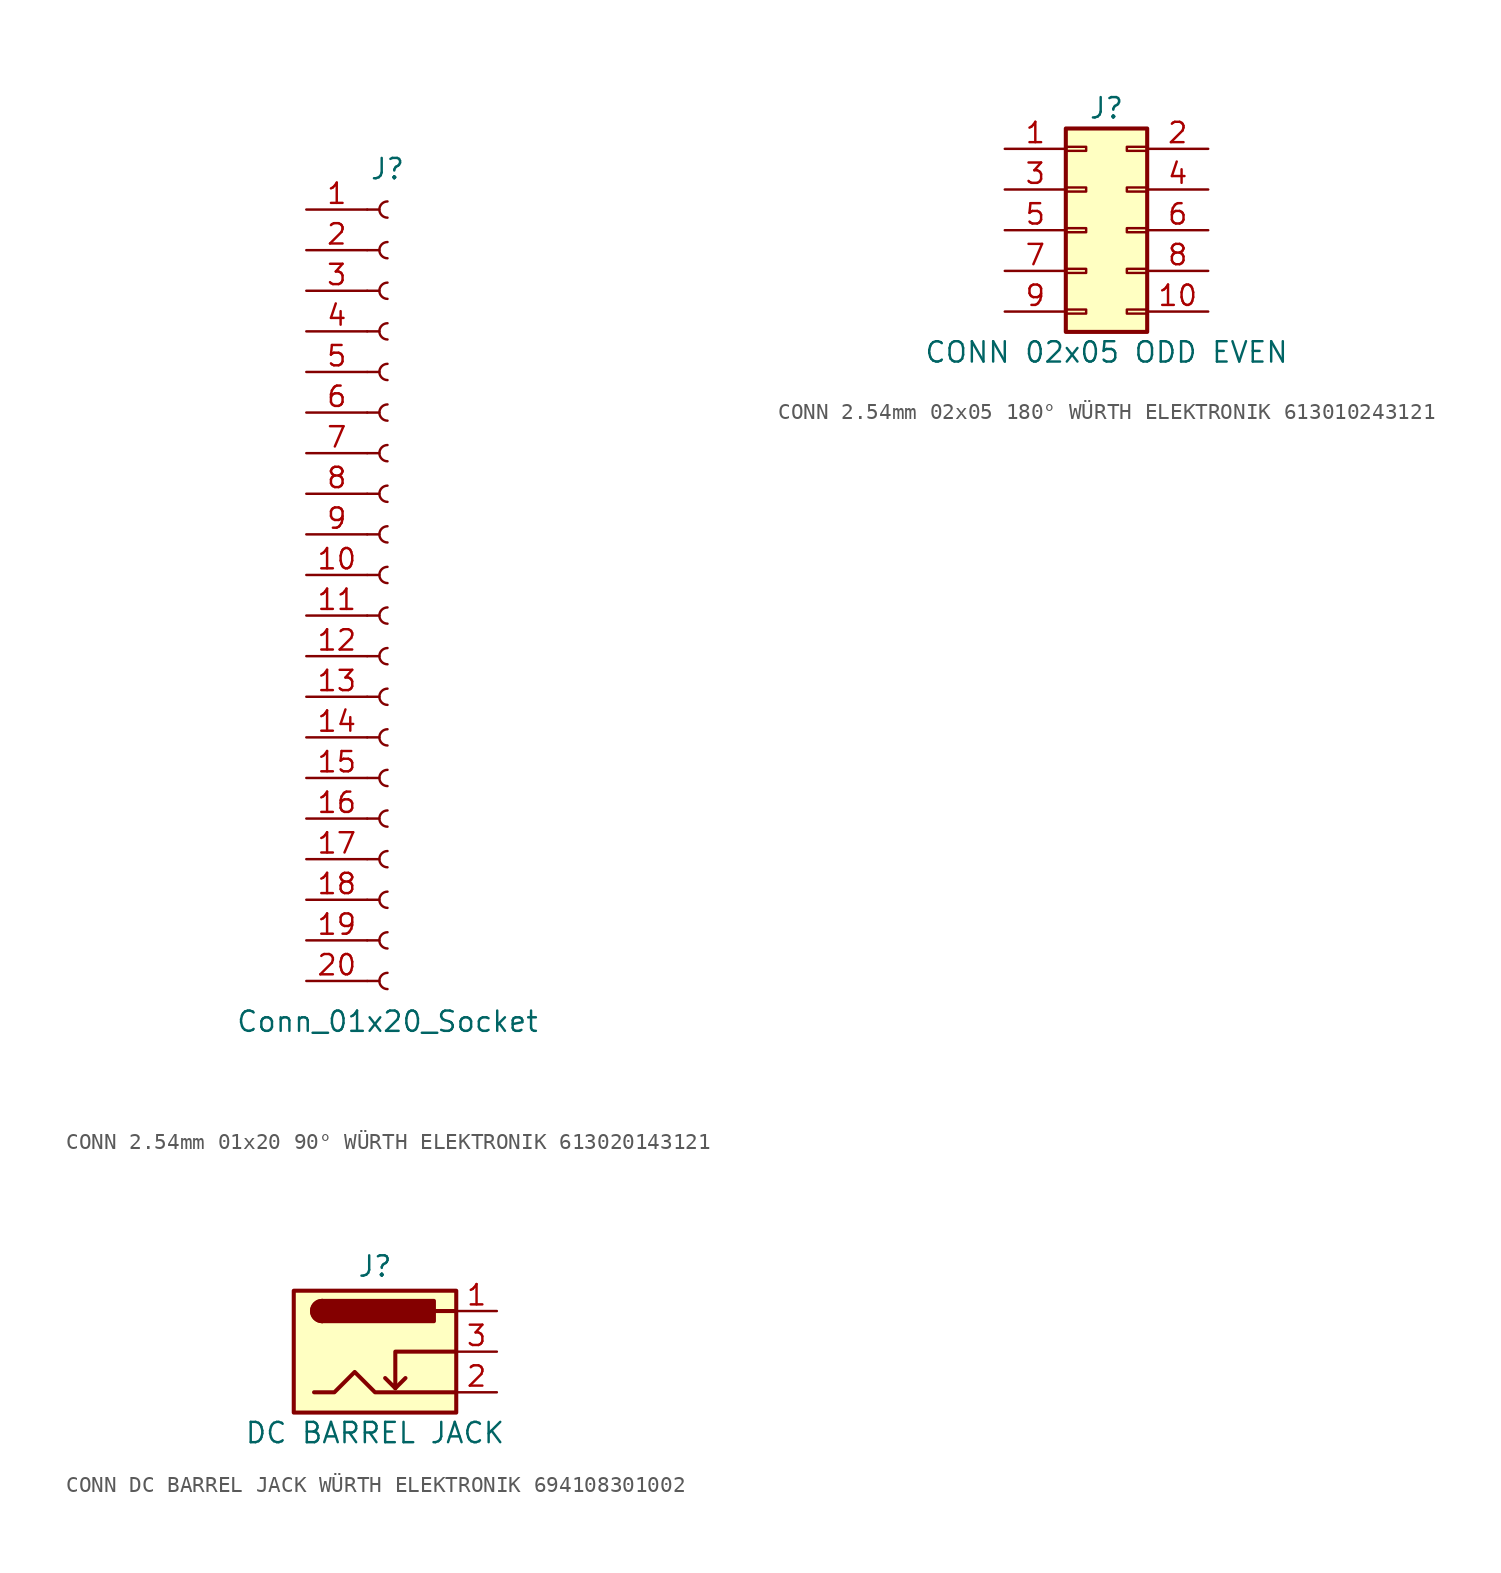
<source format=kicad_sym>
(kicad_symbol_lib
  (version 20231120)
  (generator "kicad_symbol_editor")
  (generator_version "8.0")
  (symbol "CONN 2.54mm 01x20 90° WÜRTH ELEKTRONIK 613020143121"
    (pin_names
      (offset 1.016) hide)
    (property "Reference" "J"
      (at 0 25.4 0)
      (effects (font (size 1.27 1.27))))
    (property "Value" "Conn_01x20_Socket"
      (at 0 -27.94 0)
      (effects (font (size 1.27 1.27))))
    (symbol "CONN 2.54mm 01x20 90° WÜRTH ELEKTRONIK 613020143121_1_1"
      (arc (start 0 -24.892) (mid -0.5058 -25.4) (end 0 -25.908) (stroke (width 0.1524) (type default)) (fill (type none)))
      (arc (start 0 -22.352) (mid -0.5058 -22.86) (end 0 -23.368) (stroke (width 0.1524) (type default)) (fill (type none)))
      (arc (start 0 -19.812) (mid -0.5058 -20.32) (end 0 -20.828) (stroke (width 0.1524) (type default)) (fill (type none)))
      (arc (start 0 -17.272) (mid -0.5058 -17.78) (end 0 -18.288) (stroke (width 0.1524) (type default)) (fill (type none)))
      (arc (start 0 -14.732) (mid -0.5058 -15.24) (end 0 -15.748) (stroke (width 0.1524) (type default)) (fill (type none)))
      (arc (start 0 -12.192) (mid -0.5058 -12.7) (end 0 -13.208) (stroke (width 0.1524) (type default)) (fill (type none)))
      (arc (start 0 -9.652) (mid -0.5058 -10.16) (end 0 -10.668) (stroke (width 0.1524) (type default)) (fill (type none)))
      (arc (start 0 -7.112) (mid -0.5058 -7.62) (end 0 -8.128) (stroke (width 0.1524) (type default)) (fill (type none)))
      (arc (start 0 -4.572) (mid -0.5058 -5.08) (end 0 -5.588) (stroke (width 0.1524) (type default)) (fill (type none)))
      (arc (start 0 -2.032) (mid -0.5058 -2.54) (end 0 -3.048) (stroke (width 0.1524) (type default)) (fill (type none)))
      (polyline (pts (xy -1.27 -25.4) (xy -0.508 -25.4)) (stroke (width 0.152) (type default)) (fill (type none)))
      (polyline (pts (xy -1.27 -22.86) (xy -0.508 -22.86)) (stroke (width 0.152) (type default)) (fill (type none)))
      (polyline (pts (xy -1.27 -20.32) (xy -0.508 -20.32)) (stroke (width 0.152) (type default)) (fill (type none)))
      (polyline (pts (xy -1.27 -17.78) (xy -0.508 -17.78)) (stroke (width 0.152) (type default)) (fill (type none)))
      (polyline (pts (xy -1.27 -15.24) (xy -0.508 -15.24)) (stroke (width 0.152) (type default)) (fill (type none)))
      (polyline (pts (xy -1.27 -12.7) (xy -0.508 -12.7)) (stroke (width 0.152) (type default)) (fill (type none)))
      (polyline (pts (xy -1.27 -10.16) (xy -0.508 -10.16)) (stroke (width 0.152) (type default)) (fill (type none)))
      (polyline (pts (xy -1.27 -7.62) (xy -0.508 -7.62)) (stroke (width 0.152) (type default)) (fill (type none)))
      (polyline (pts (xy -1.27 -5.08) (xy -0.508 -5.08)) (stroke (width 0.152) (type default)) (fill (type none)))
      (polyline (pts (xy -1.27 -2.54) (xy -0.508 -2.54)) (stroke (width 0.152) (type default)) (fill (type none)))
      (polyline (pts (xy -1.27 0) (xy -0.508 0)) (stroke (width 0.152) (type default)) (fill (type none)))
      (polyline (pts (xy -1.27 2.54) (xy -0.508 2.54)) (stroke (width 0.152) (type default)) (fill (type none)))
      (polyline (pts (xy -1.27 5.08) (xy -0.508 5.08)) (stroke (width 0.152) (type default)) (fill (type none)))
      (polyline (pts (xy -1.27 7.62) (xy -0.508 7.62)) (stroke (width 0.152) (type default)) (fill (type none)))
      (polyline (pts (xy -1.27 10.16) (xy -0.508 10.16)) (stroke (width 0.152) (type default)) (fill (type none)))
      (polyline (pts (xy -1.27 12.7) (xy -0.508 12.7)) (stroke (width 0.152) (type default)) (fill (type none)))
      (polyline (pts (xy -1.27 15.24) (xy -0.508 15.24)) (stroke (width 0.152) (type default)) (fill (type none)))
      (polyline (pts (xy -1.27 17.78) (xy -0.508 17.78)) (stroke (width 0.152) (type default)) (fill (type none)))
      (polyline (pts (xy -1.27 20.32) (xy -0.508 20.32)) (stroke (width 0.152) (type default)) (fill (type none)))
      (polyline (pts (xy -1.27 22.86) (xy -0.508 22.86)) (stroke (width 0.152) (type default)) (fill (type none)))
      (arc (start 0 0.508) (mid -0.5058 0) (end 0 -0.508) (stroke (width 0.1524) (type default)) (fill (type none)))
      (arc (start 0 3.048) (mid -0.5058 2.54) (end 0 2.032) (stroke (width 0.1524) (type default)) (fill (type none)))
      (arc (start 0 5.588) (mid -0.5058 5.08) (end 0 4.572) (stroke (width 0.1524) (type default)) (fill (type none)))
      (arc (start 0 8.128) (mid -0.5058 7.62) (end 0 7.112) (stroke (width 0.1524) (type default)) (fill (type none)))
      (arc (start 0 10.668) (mid -0.5058 10.16) (end 0 9.652) (stroke (width 0.1524) (type default)) (fill (type none)))
      (arc (start 0 13.208) (mid -0.5058 12.7) (end 0 12.192) (stroke (width 0.1524) (type default)) (fill (type none)))
      (arc (start 0 15.748) (mid -0.5058 15.24) (end 0 14.732) (stroke (width 0.1524) (type default)) (fill (type none)))
      (arc (start 0 18.288) (mid -0.5058 17.78) (end 0 17.272) (stroke (width 0.1524) (type default)) (fill (type none)))
      (arc (start 0 20.828) (mid -0.5058 20.32) (end 0 19.812) (stroke (width 0.1524) (type default)) (fill (type none)))
      (arc (start 0 23.368) (mid -0.5058 22.86) (end 0 22.352) (stroke (width 0.1524) (type default)) (fill (type none)))
      (pin passive line (at -5.08 22.86 0) (length 3.81) (name "Pin_1" (effects (font (size 1.27 1.27)))) (number "1" (effects (font (size 1.27 1.27)))))
      (pin passive line (at -5.08 0 0) (length 3.81) (name "Pin_10" (effects (font (size 1.27 1.27)))) (number "10" (effects (font (size 1.27 1.27)))))
      (pin passive line (at -5.08 -2.54 0) (length 3.81) (name "Pin_11" (effects (font (size 1.27 1.27)))) (number "11" (effects (font (size 1.27 1.27)))))
      (pin passive line (at -5.08 -5.08 0) (length 3.81) (name "Pin_12" (effects (font (size 1.27 1.27)))) (number "12" (effects (font (size 1.27 1.27)))))
      (pin passive line (at -5.08 -7.62 0) (length 3.81) (name "Pin_13" (effects (font (size 1.27 1.27)))) (number "13" (effects (font (size 1.27 1.27)))))
      (pin passive line (at -5.08 -10.16 0) (length 3.81) (name "Pin_14" (effects (font (size 1.27 1.27)))) (number "14" (effects (font (size 1.27 1.27)))))
      (pin passive line (at -5.08 -12.7 0) (length 3.81) (name "Pin_15" (effects (font (size 1.27 1.27)))) (number "15" (effects (font (size 1.27 1.27)))))
      (pin passive line (at -5.08 -15.24 0) (length 3.81) (name "Pin_16" (effects (font (size 1.27 1.27)))) (number "16" (effects (font (size 1.27 1.27)))))
      (pin passive line (at -5.08 -17.78 0) (length 3.81) (name "Pin_17" (effects (font (size 1.27 1.27)))) (number "17" (effects (font (size 1.27 1.27)))))
      (pin passive line (at -5.08 -20.32 0) (length 3.81) (name "Pin_18" (effects (font (size 1.27 1.27)))) (number "18" (effects (font (size 1.27 1.27)))))
      (pin passive line (at -5.08 -22.86 0) (length 3.81) (name "Pin_19" (effects (font (size 1.27 1.27)))) (number "19" (effects (font (size 1.27 1.27)))))
      (pin passive line (at -5.08 20.32 0) (length 3.81) (name "Pin_2" (effects (font (size 1.27 1.27)))) (number "2" (effects (font (size 1.27 1.27)))))
      (pin passive line (at -5.08 -25.4 0) (length 3.81) (name "Pin_20" (effects (font (size 1.27 1.27)))) (number "20" (effects (font (size 1.27 1.27)))))
      (pin passive line (at -5.08 17.78 0) (length 3.81) (name "Pin_3" (effects (font (size 1.27 1.27)))) (number "3" (effects (font (size 1.27 1.27)))))
      (pin passive line (at -5.08 15.24 0) (length 3.81) (name "Pin_4" (effects (font (size 1.27 1.27)))) (number "4" (effects (font (size 1.27 1.27)))))
      (pin passive line (at -5.08 12.7 0) (length 3.81) (name "Pin_5" (effects (font (size 1.27 1.27)))) (number "5" (effects (font (size 1.27 1.27)))))
      (pin passive line (at -5.08 10.16 0) (length 3.81) (name "Pin_6" (effects (font (size 1.27 1.27)))) (number "6" (effects (font (size 1.27 1.27)))))
      (pin passive line (at -5.08 7.62 0) (length 3.81) (name "Pin_7" (effects (font (size 1.27 1.27)))) (number "7" (effects (font (size 1.27 1.27)))))
      (pin passive line (at -5.08 5.08 0) (length 3.81) (name "Pin_8" (effects (font (size 1.27 1.27)))) (number "8" (effects (font (size 1.27 1.27)))))
      (pin passive line (at -5.08 2.54 0) (length 3.81) (name "Pin_9" (effects (font (size 1.27 1.27)))) (number "9" (effects (font (size 1.27 1.27)))))))
  (symbol "CONN 2.54mm 02x05 180° WÜRTH ELEKTRONIK 613010243121"
    (pin_names
      (offset 1.016) hide)
    (property "Reference" "J"
      (at 0 7.62 0)
      (effects (font (size 1.27 1.27))))
    (property "Value" "CONN 02x05 ODD EVEN"
      (at 0 -7.62 0)
      (effects (font (size 1.27 1.27))))
    (symbol "CONN 2.54mm 02x05 180° WÜRTH ELEKTRONIK 613010243121_1_1"
      (rectangle (start -2.54 -4.953) (end -1.27 -5.207) (stroke (width 0.152) (type default)) (fill (type none)))
      (rectangle (start -2.54 -2.413) (end -1.27 -2.667) (stroke (width 0.152) (type default)) (fill (type none)))
      (rectangle (start -2.54 0.127) (end -1.27 -0.127) (stroke (width 0.152) (type default)) (fill (type none)))
      (rectangle (start -2.54 2.667) (end -1.27 2.413) (stroke (width 0.152) (type default)) (fill (type none)))
      (rectangle (start -2.54 5.207) (end -1.27 4.953) (stroke (width 0.152) (type default)) (fill (type none)))
      (rectangle (start -2.54 6.35) (end 2.54 -6.35) (stroke (width 0.254) (type default)) (fill (type background)))
      (rectangle (start 2.54 -4.953) (end 1.27 -5.207) (stroke (width 0.152) (type default)) (fill (type none)))
      (rectangle (start 2.54 -2.413) (end 1.27 -2.667) (stroke (width 0.152) (type default)) (fill (type none)))
      (rectangle (start 2.54 0.127) (end 1.27 -0.127) (stroke (width 0.152) (type default)) (fill (type none)))
      (rectangle (start 2.54 2.667) (end 1.27 2.413) (stroke (width 0.152) (type default)) (fill (type none)))
      (rectangle (start 2.54 5.207) (end 1.27 4.953) (stroke (width 0.152) (type default)) (fill (type none)))
      (pin passive line (at -6.35 5.08 0) (length 3.81) (name "Pin_1" (effects (font (size 1.27 1.27)))) (number "1" (effects (font (size 1.27 1.27)))))
      (pin passive line (at 6.35 -5.08 180) (length 3.81) (name "Pin_10" (effects (font (size 1.27 1.27)))) (number "10" (effects (font (size 1.27 1.27)))))
      (pin passive line (at 6.35 5.08 180) (length 3.81) (name "Pin_2" (effects (font (size 1.27 1.27)))) (number "2" (effects (font (size 1.27 1.27)))))
      (pin passive line (at -6.35 2.54 0) (length 3.81) (name "Pin_3" (effects (font (size 1.27 1.27)))) (number "3" (effects (font (size 1.27 1.27)))))
      (pin passive line (at 6.35 2.54 180) (length 3.81) (name "Pin_4" (effects (font (size 1.27 1.27)))) (number "4" (effects (font (size 1.27 1.27)))))
      (pin passive line (at -6.35 0 0) (length 3.81) (name "Pin_5" (effects (font (size 1.27 1.27)))) (number "5" (effects (font (size 1.27 1.27)))))
      (pin passive line (at 6.35 0 180) (length 3.81) (name "Pin_6" (effects (font (size 1.27 1.27)))) (number "6" (effects (font (size 1.27 1.27)))))
      (pin passive line (at -6.35 -2.54 0) (length 3.81) (name "Pin_7" (effects (font (size 1.27 1.27)))) (number "7" (effects (font (size 1.27 1.27)))))
      (pin passive line (at 6.35 -2.54 180) (length 3.81) (name "Pin_8" (effects (font (size 1.27 1.27)))) (number "8" (effects (font (size 1.27 1.27)))))
      (pin passive line (at -6.35 -5.08 0) (length 3.81) (name "Pin_9" (effects (font (size 1.27 1.27)))) (number "9" (effects (font (size 1.27 1.27)))))))
  (symbol "CONN DC BARREL JACK WÜRTH ELEKTRONIK 694108301002"
    (pin_names hide)
    (property "Reference" "J"
      (at 0 5.334 0)
      (effects (font (size 1.27 1.27))))
    (property "Value" "DC BARREL JACK"
      (at 0 -5.08 0)
      (effects (font (size 1.27 1.27))))
    (symbol "CONN DC BARREL JACK WÜRTH ELEKTRONIK 694108301002_0_1"
      (rectangle (start -5.08 3.81) (end 5.08 -3.81) (stroke (width 0.254) (type default)) (fill (type background)))
      (arc (start -3.302 3.175) (mid -3.9343 2.54) (end -3.302 1.905) (stroke (width 0.254) (type default)) (fill (type none)))
      (arc (start -3.302 3.175) (mid -3.9343 2.54) (end -3.302 1.905) (stroke (width 0.254) (type default)) (fill (type outline)))
      (polyline (pts (xy 1.27 -2.286) (xy 1.905 -1.651)) (stroke (width 0.254) (type default)) (fill (type none)))
      (polyline (pts (xy 5.08 2.54) (xy 3.81 2.54)) (stroke (width 0.254) (type default)) (fill (type none)))
      (polyline (pts (xy 5.08 0) (xy 1.27 0) (xy 1.27 -2.286) (xy 0.635 -1.651)) (stroke (width 0.254) (type default)) (fill (type none)))
      (polyline (pts (xy -3.81 -2.54) (xy -2.54 -2.54) (xy -1.27 -1.27) (xy 0 -2.54) (xy 2.54 -2.54) (xy 5.08 -2.54)) (stroke (width 0.254) (type default)) (fill (type none)))
      (rectangle (start 3.683 3.175) (end -3.302 1.905) (stroke (width 0.254) (type default)) (fill (type outline))))
    (symbol "CONN DC BARREL JACK WÜRTH ELEKTRONIK 694108301002_1_1"
      (pin passive line (at 7.62 2.54 180) (length 2.54) (name "~" (effects (font (size 1.27 1.27)))) (number "1" (effects (font (size 1.27 1.27)))))
      (pin passive line (at 7.62 -2.54 180) (length 2.54) (name "~" (effects (font (size 1.27 1.27)))) (number "2" (effects (font (size 1.27 1.27)))))
      (pin passive line (at 7.62 0 180) (length 2.54) (name "~" (effects (font (size 1.27 1.27)))) (number "3" (effects (font (size 1.27 1.27))))))))
</source>
